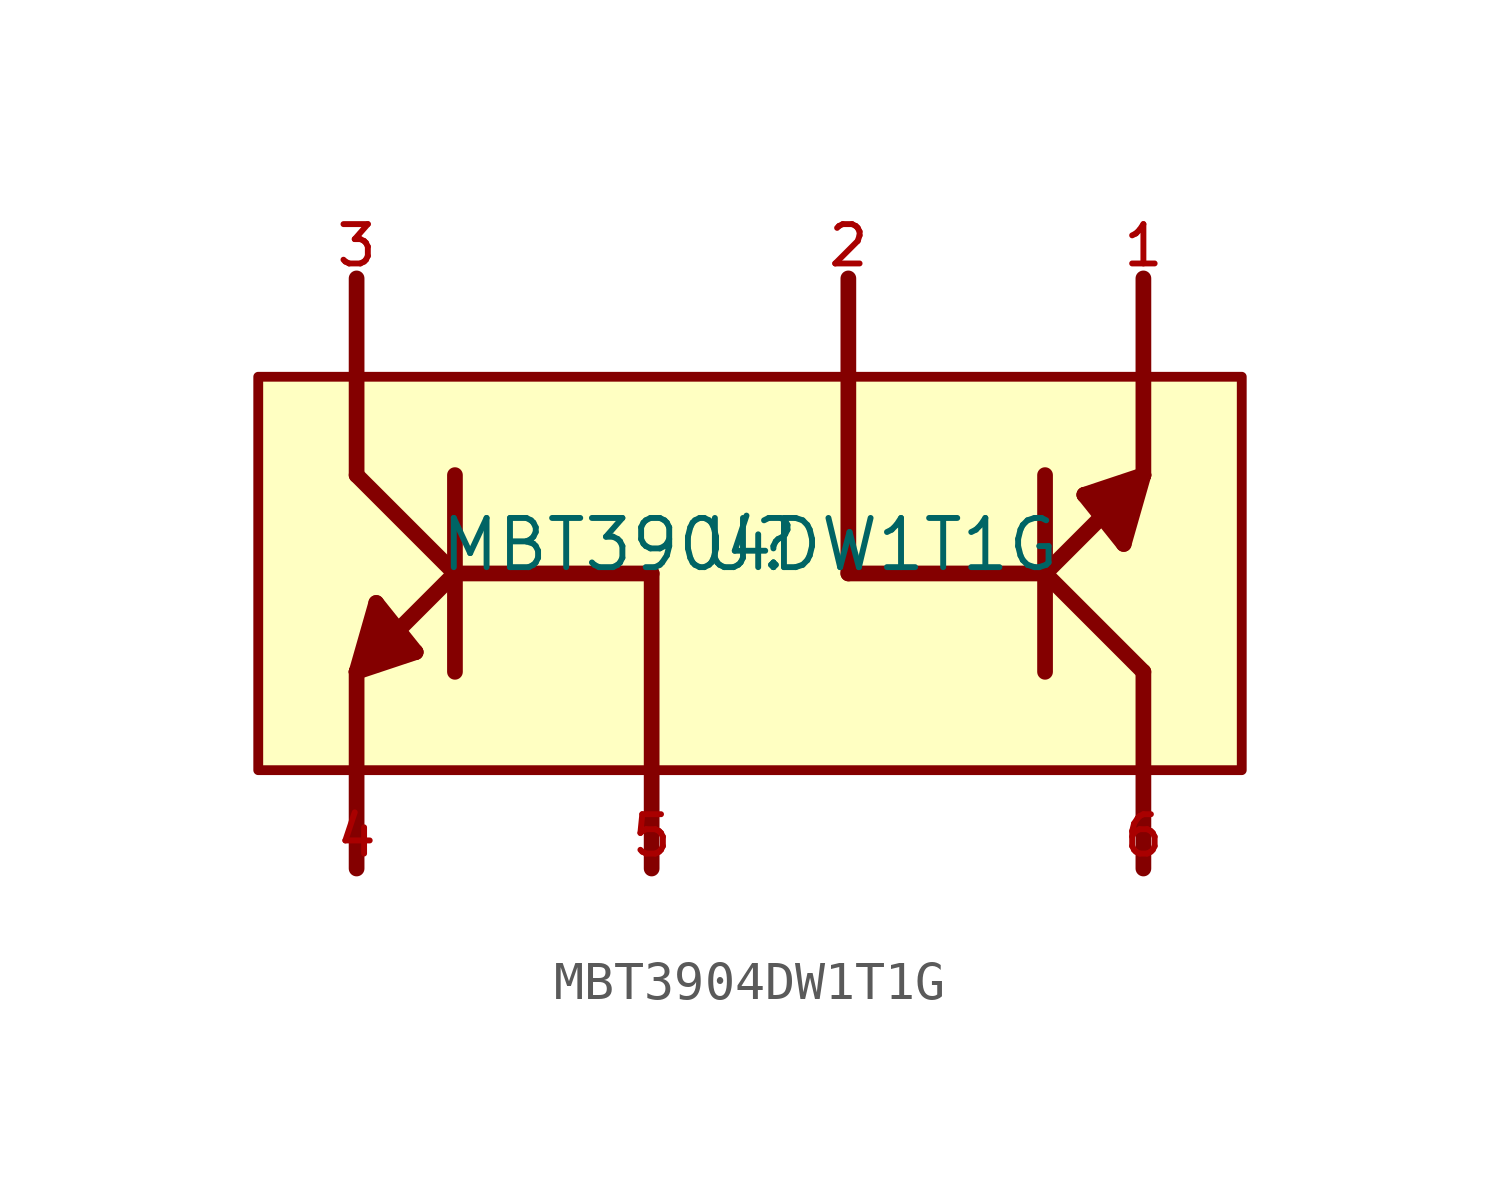
<source format=kicad_sym>
(kicad_symbol_lib
  (version 20231120)
  (generator "kicad_symbol_editor")
  (generator_version "8.0")
  (symbol "MBT3904DW1T1G"
    (pin_names
      (offset 1.016))
    (property "Reference" "U"
      (at 0 0 0)
      (effects (font (size 1.27 1.27)) (justify bottom)))
    (property "Value" "MBT3904DW1T1G"
      (at 0 0 0)
      (effects (font (size 1.27 1.27)) (justify bottom)))
    (symbol "MBT3904DW1T1G_0_0"
      (rectangle (start -12.7 -5.08) (end 12.7 5.08) (stroke (width 0.254) (type default)) (fill (type background)))
      (polyline (pts (xy -10.16 -2.54) (xy -10.16 -7.62)) (stroke (width 0.406) (type default)) (fill (type none)))
      (polyline (pts (xy -10.16 -2.54) (xy -8.636 -2.032)) (stroke (width 0.406) (type default)) (fill (type none)))
      (polyline (pts (xy -10.16 2.54) (xy -10.16 7.62)) (stroke (width 0.406) (type default)) (fill (type none)))
      (polyline (pts (xy -9.906 -1.778) (xy -9.652 -1.27)) (stroke (width 0.406) (type default)) (fill (type none)))
      (polyline (pts (xy -9.652 -1.524) (xy -9.906 -1.778)) (stroke (width 0.406) (type default)) (fill (type none)))
      (polyline (pts (xy -9.652 -1.27) (xy -9.398 -1.524)) (stroke (width 0.406) (type default)) (fill (type none)))
      (polyline (pts (xy -9.652 -0.762) (xy -10.16 -2.54)) (stroke (width 0.406) (type default)) (fill (type none)))
      (polyline (pts (xy -9.398 -2.032) (xy -9.652 -1.524)) (stroke (width 0.406) (type default)) (fill (type none)))
      (polyline (pts (xy -9.144 -2.032) (xy -9.144 -1.778)) (stroke (width 0.406) (type default)) (fill (type none)))
      (polyline (pts (xy -9.144 -1.778) (xy -9.398 -2.032)) (stroke (width 0.406) (type default)) (fill (type none)))
      (polyline (pts (xy -8.636 -2.032) (xy -9.652 -0.762)) (stroke (width 0.406) (type default)) (fill (type none)))
      (polyline (pts (xy -8.636 -2.032) (xy -9.144 -2.032)) (stroke (width 0.406) (type default)) (fill (type none)))
      (polyline (pts (xy -7.62 0) (xy -10.16 -2.54)) (stroke (width 0.406) (type default)) (fill (type none)))
      (polyline (pts (xy -7.62 0) (xy -10.16 2.54)) (stroke (width 0.406) (type default)) (fill (type none)))
      (polyline (pts (xy -7.62 0) (xy -7.62 -2.54)) (stroke (width 0.406) (type default)) (fill (type none)))
      (polyline (pts (xy -7.62 0) (xy -2.54 0)) (stroke (width 0.406) (type default)) (fill (type none)))
      (polyline (pts (xy -7.62 2.54) (xy -7.62 0)) (stroke (width 0.406) (type default)) (fill (type none)))
      (polyline (pts (xy -2.54 0) (xy -2.54 -7.62)) (stroke (width 0.406) (type default)) (fill (type none)))
      (polyline (pts (xy 2.54 0) (xy 2.54 7.62)) (stroke (width 0.406) (type default)) (fill (type none)))
      (polyline (pts (xy 7.62 -2.54) (xy 7.62 0)) (stroke (width 0.406) (type default)) (fill (type none)))
      (polyline (pts (xy 7.62 0) (xy 2.54 0)) (stroke (width 0.406) (type default)) (fill (type none)))
      (polyline (pts (xy 7.62 0) (xy 7.62 2.54)) (stroke (width 0.406) (type default)) (fill (type none)))
      (polyline (pts (xy 7.62 0) (xy 10.16 -2.54)) (stroke (width 0.406) (type default)) (fill (type none)))
      (polyline (pts (xy 7.62 0) (xy 10.16 2.54)) (stroke (width 0.406) (type default)) (fill (type none)))
      (polyline (pts (xy 8.636 2.032) (xy 9.144 2.032)) (stroke (width 0.406) (type default)) (fill (type none)))
      (polyline (pts (xy 8.636 2.032) (xy 9.652 0.762)) (stroke (width 0.406) (type default)) (fill (type none)))
      (polyline (pts (xy 9.144 1.778) (xy 9.398 2.032)) (stroke (width 0.406) (type default)) (fill (type none)))
      (polyline (pts (xy 9.144 2.032) (xy 9.144 1.778)) (stroke (width 0.406) (type default)) (fill (type none)))
      (polyline (pts (xy 9.398 2.032) (xy 9.652 1.524)) (stroke (width 0.406) (type default)) (fill (type none)))
      (polyline (pts (xy 9.652 0.762) (xy 10.16 2.54)) (stroke (width 0.406) (type default)) (fill (type none)))
      (polyline (pts (xy 9.652 1.27) (xy 9.398 1.524)) (stroke (width 0.406) (type default)) (fill (type none)))
      (polyline (pts (xy 9.652 1.524) (xy 9.906 1.778)) (stroke (width 0.406) (type default)) (fill (type none)))
      (polyline (pts (xy 9.906 1.778) (xy 9.652 1.27)) (stroke (width 0.406) (type default)) (fill (type none)))
      (polyline (pts (xy 10.16 -2.54) (xy 10.16 -7.62)) (stroke (width 0.406) (type default)) (fill (type none)))
      (polyline (pts (xy 10.16 2.54) (xy 8.636 2.032)) (stroke (width 0.406) (type default)) (fill (type none)))
      (polyline (pts (xy 10.16 2.54) (xy 10.16 7.62)) (stroke (width 0.406) (type default)) (fill (type none)))
      (pin bidirectional line (at 10.16 7.62 0) (length 0) (name "~" (effects (font (size 1.016 1.016)))) (number "1" (effects (font (size 1.016 1.016)))))
      (pin bidirectional line (at 2.54 7.62 0) (length 0) (name "~" (effects (font (size 1.016 1.016)))) (number "2" (effects (font (size 1.016 1.016)))))
      (pin bidirectional line (at -10.16 7.62 180) (length 0) (name "~" (effects (font (size 1.016 1.016)))) (number "3" (effects (font (size 1.016 1.016)))))
      (pin bidirectional line (at -10.16 -7.62 180) (length 0) (name "~" (effects (font (size 1.016 1.016)))) (number "4" (effects (font (size 1.016 1.016)))))
      (pin bidirectional line (at -2.54 -7.62 180) (length 0) (name "~" (effects (font (size 1.016 1.016)))) (number "5" (effects (font (size 1.016 1.016)))))
      (pin bidirectional line (at 10.16 -7.62 0) (length 0) (name "~" (effects (font (size 1.016 1.016)))) (number "6" (effects (font (size 1.016 1.016))))))))
</source>
